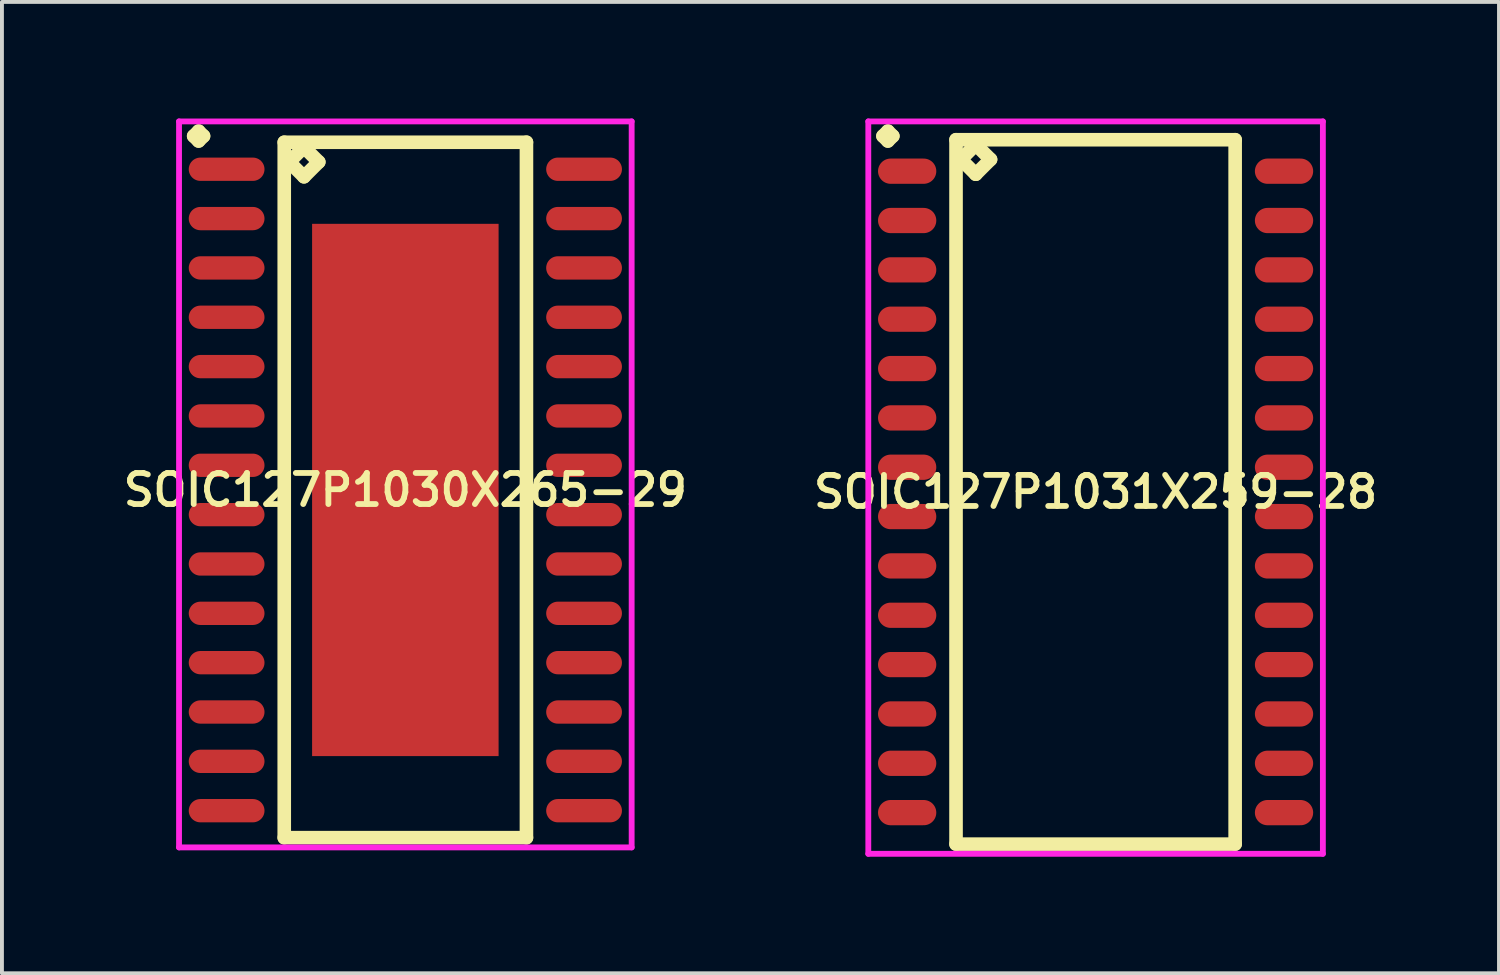
<source format=kicad_pcb>
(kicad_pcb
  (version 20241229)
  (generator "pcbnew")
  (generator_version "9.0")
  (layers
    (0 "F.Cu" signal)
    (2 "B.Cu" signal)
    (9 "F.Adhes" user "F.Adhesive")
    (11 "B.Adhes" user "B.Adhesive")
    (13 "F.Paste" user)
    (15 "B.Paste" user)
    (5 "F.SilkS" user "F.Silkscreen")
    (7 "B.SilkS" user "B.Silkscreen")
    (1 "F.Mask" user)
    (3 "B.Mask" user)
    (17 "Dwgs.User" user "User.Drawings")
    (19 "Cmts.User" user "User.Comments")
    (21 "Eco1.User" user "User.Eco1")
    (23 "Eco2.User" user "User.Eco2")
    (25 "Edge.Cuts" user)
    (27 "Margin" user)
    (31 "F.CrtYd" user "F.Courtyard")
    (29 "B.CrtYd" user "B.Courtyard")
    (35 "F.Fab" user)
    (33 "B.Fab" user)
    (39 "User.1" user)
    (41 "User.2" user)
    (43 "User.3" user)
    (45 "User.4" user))
  (footprint "SOIC127P1030X265-29"
    (layer "F.Cu")
    (at 7.383 9.561)
    (property "Reference" "SOIC127P1030X265-29" (at 0 0 0) (layer "F.SilkS") (effects (font (size 0.8 0.8) (thickness 0.15))))
    (attr smd)
    (fp_line (start -5.448 -9.109) (end -5.321 -9.236) (stroke (width 0.35) (type solid)) (layer "F.SilkS"))
    (fp_line (start -5.321 -9.236) (end -5.194 -9.109) (stroke (width 0.35) (type solid)) (layer "F.SilkS"))
    (fp_line (start -5.321 -8.982) (end -5.448 -9.109) (stroke (width 0.35) (type solid)) (layer "F.SilkS"))
    (fp_line (start -5.194 -9.109) (end -5.321 -8.982) (stroke (width 0.35) (type solid)) (layer "F.SilkS"))
    (fp_line (start -3.117 -8.95) (end -3.117 8.95) (stroke (width 0.35) (type solid)) (layer "F.SilkS"))
    (fp_line (start -3.117 8.95) (end 3.117 8.95) (stroke (width 0.35) (type solid)) (layer "F.SilkS"))
    (fp_line (start -2.99 -8.442) (end -2.609 -8.823) (stroke (width 0.35) (type solid)) (layer "F.SilkS"))
    (fp_line (start -2.609 -8.823) (end -2.228 -8.442) (stroke (width 0.35) (type solid)) (layer "F.SilkS"))
    (fp_line (start -2.609 -8.061) (end -2.99 -8.442) (stroke (width 0.35) (type solid)) (layer "F.SilkS"))
    (fp_line (start -2.228 -8.442) (end -2.609 -8.061) (stroke (width 0.35) (type solid)) (layer "F.SilkS"))
    (fp_line (start 3.117 -8.95) (end -3.117 -8.95) (stroke (width 0.35) (type solid)) (layer "F.SilkS"))
    (fp_line (start 3.117 8.95) (end 3.117 -8.95) (stroke (width 0.35) (type solid)) (layer "F.SilkS"))
    (fp_line (start -5.825 -9.486) (end 5.825 -9.486) (stroke (width 0.15) (type solid)) (layer "F.CrtYd"))
    (fp_line (start -5.825 9.2) (end -5.825 -9.486) (stroke (width 0.15) (type solid)) (layer "F.CrtYd"))
    (fp_line (start 5.825 -9.486) (end 5.825 9.2) (stroke (width 0.15) (type solid)) (layer "F.CrtYd"))
    (fp_line (start 5.825 9.2) (end -5.825 9.2) (stroke (width 0.15) (type solid)) (layer "F.CrtYd"))
    (pad "1" smd oval (at -4.6 -8.255) (size 1.95 0.6) (layers "F.Cu" "F.Mask" "F.Paste"))
    (pad "2" smd oval (at -4.6 -6.985) (size 1.95 0.6) (layers "F.Cu" "F.Mask" "F.Paste"))
    (pad "3" smd oval (at -4.6 -5.715) (size 1.95 0.6) (layers "F.Cu" "F.Mask" "F.Paste"))
    (pad "4" smd oval (at -4.6 -4.445) (size 1.95 0.6) (layers "F.Cu" "F.Mask" "F.Paste"))
    (pad "5" smd oval (at -4.6 -3.175) (size 1.95 0.6) (layers "F.Cu" "F.Mask" "F.Paste"))
    (pad "6" smd oval (at -4.6 -1.905) (size 1.95 0.6) (layers "F.Cu" "F.Mask" "F.Paste"))
    (pad "7" smd oval (at -4.6 -0.635) (size 1.95 0.6) (layers "F.Cu" "F.Mask" "F.Paste"))
    (pad "8" smd oval (at -4.6 0.635) (size 1.95 0.6) (layers "F.Cu" "F.Mask" "F.Paste"))
    (pad "9" smd oval (at -4.6 1.905) (size 1.95 0.6) (layers "F.Cu" "F.Mask" "F.Paste"))
    (pad "10" smd oval (at -4.6 3.175) (size 1.95 0.6) (layers "F.Cu" "F.Mask" "F.Paste"))
    (pad "11" smd oval (at -4.6 4.445) (size 1.95 0.6) (layers "F.Cu" "F.Mask" "F.Paste"))
    (pad "12" smd oval (at -4.6 5.715) (size 1.95 0.6) (layers "F.Cu" "F.Mask" "F.Paste"))
    (pad "13" smd oval (at -4.6 6.985) (size 1.95 0.6) (layers "F.Cu" "F.Mask" "F.Paste"))
    (pad "14" smd oval (at -4.6 8.255) (size 1.95 0.6) (layers "F.Cu" "F.Mask" "F.Paste"))
    (pad "15" smd oval (at 4.6 8.255) (size 1.95 0.6) (layers "F.Cu" "F.Mask" "F.Paste"))
    (pad "16" smd oval (at 4.6 6.985) (size 1.95 0.6) (layers "F.Cu" "F.Mask" "F.Paste"))
    (pad "17" smd oval (at 4.6 5.715) (size 1.95 0.6) (layers "F.Cu" "F.Mask" "F.Paste"))
    (pad "18" smd oval (at 4.6 4.445) (size 1.95 0.6) (layers "F.Cu" "F.Mask" "F.Paste"))
    (pad "19" smd oval (at 4.6 3.175) (size 1.95 0.6) (layers "F.Cu" "F.Mask" "F.Paste"))
    (pad "20" smd oval (at 4.6 1.905) (size 1.95 0.6) (layers "F.Cu" "F.Mask" "F.Paste"))
    (pad "21" smd oval (at 4.6 0.635) (size 1.95 0.6) (layers "F.Cu" "F.Mask" "F.Paste"))
    (pad "22" smd oval (at 4.6 -0.635) (size 1.95 0.6) (layers "F.Cu" "F.Mask" "F.Paste"))
    (pad "23" smd oval (at 4.6 -1.905) (size 1.95 0.6) (layers "F.Cu" "F.Mask" "F.Paste"))
    (pad "24" smd oval (at 4.6 -3.175) (size 1.95 0.6) (layers "F.Cu" "F.Mask" "F.Paste"))
    (pad "25" smd oval (at 4.6 -4.445) (size 1.95 0.6) (layers "F.Cu" "F.Mask" "F.Paste"))
    (pad "26" smd oval (at 4.6 -5.715) (size 1.95 0.6) (layers "F.Cu" "F.Mask" "F.Paste"))
    (pad "27" smd oval (at 4.6 -6.985) (size 1.95 0.6) (layers "F.Cu" "F.Mask" "F.Paste"))
    (pad "28" smd oval (at 4.6 -8.255) (size 1.95 0.6) (layers "F.Cu" "F.Mask" "F.Paste"))
    (pad "29" smd rect (at 0 0) (size 4.8 13.7) (layers "F.Cu" "F.Mask" "F.Paste")))
  (footprint "SOIC127P1031X259-28"
    (layer "F.Cu")
    (at 25.149 9.611)
    (property "Reference" "SOIC127P1031X259-28" (at 0 0 0) (layer "F.SilkS") (effects (font (size 0.8 0.8) (thickness 0.15))))
    (attr smd)
    (fp_line (start -5.473 -9.159) (end -5.346 -9.286) (stroke (width 0.35) (type solid)) (layer "F.SilkS"))
    (fp_line (start -5.346 -9.286) (end -5.219 -9.159) (stroke (width 0.35) (type solid)) (layer "F.SilkS"))
    (fp_line (start -5.346 -9.032) (end -5.473 -9.159) (stroke (width 0.35) (type solid)) (layer "F.SilkS"))
    (fp_line (start -5.219 -9.159) (end -5.346 -9.032) (stroke (width 0.35) (type solid)) (layer "F.SilkS"))
    (fp_line (start -3.592 -9.065) (end -3.592 9.065) (stroke (width 0.35) (type solid)) (layer "F.SilkS"))
    (fp_line (start -3.592 9.065) (end 3.592 9.065) (stroke (width 0.35) (type solid)) (layer "F.SilkS"))
    (fp_line (start -3.465 -8.557) (end -3.084 -8.938) (stroke (width 0.35) (type solid)) (layer "F.SilkS"))
    (fp_line (start -3.084 -8.938) (end -2.703 -8.557) (stroke (width 0.35) (type solid)) (layer "F.SilkS"))
    (fp_line (start -3.084 -8.176) (end -3.465 -8.557) (stroke (width 0.35) (type solid)) (layer "F.SilkS"))
    (fp_line (start -2.703 -8.557) (end -3.084 -8.176) (stroke (width 0.35) (type solid)) (layer "F.SilkS"))
    (fp_line (start 3.592 -9.065) (end -3.592 -9.065) (stroke (width 0.35) (type solid)) (layer "F.SilkS"))
    (fp_line (start 3.592 9.065) (end 3.592 -9.065) (stroke (width 0.35) (type solid)) (layer "F.SilkS"))
    (fp_line (start -5.85 -9.536) (end 5.85 -9.536) (stroke (width 0.15) (type solid)) (layer "F.CrtYd"))
    (fp_line (start -5.85 9.315) (end -5.85 -9.536) (stroke (width 0.15) (type solid)) (layer "F.CrtYd"))
    (fp_line (start 5.85 -9.536) (end 5.85 9.315) (stroke (width 0.15) (type solid)) (layer "F.CrtYd"))
    (fp_line (start 5.85 9.315) (end -5.85 9.315) (stroke (width 0.15) (type solid)) (layer "F.CrtYd"))
    (pad "1" smd oval (at -4.85 -8.255) (size 1.5 0.65) (layers "F.Cu" "F.Mask" "F.Paste"))
    (pad "2" smd oval (at -4.85 -6.985) (size 1.5 0.65) (layers "F.Cu" "F.Mask" "F.Paste"))
    (pad "3" smd oval (at -4.85 -5.715) (size 1.5 0.65) (layers "F.Cu" "F.Mask" "F.Paste"))
    (pad "4" smd oval (at -4.85 -4.445) (size 1.5 0.65) (layers "F.Cu" "F.Mask" "F.Paste"))
    (pad "5" smd oval (at -4.85 -3.175) (size 1.5 0.65) (layers "F.Cu" "F.Mask" "F.Paste"))
    (pad "6" smd oval (at -4.85 -1.905) (size 1.5 0.65) (layers "F.Cu" "F.Mask" "F.Paste"))
    (pad "7" smd oval (at -4.85 -0.635) (size 1.5 0.65) (layers "F.Cu" "F.Mask" "F.Paste"))
    (pad "8" smd oval (at -4.85 0.635) (size 1.5 0.65) (layers "F.Cu" "F.Mask" "F.Paste"))
    (pad "9" smd oval (at -4.85 1.905) (size 1.5 0.65) (layers "F.Cu" "F.Mask" "F.Paste"))
    (pad "10" smd oval (at -4.85 3.175) (size 1.5 0.65) (layers "F.Cu" "F.Mask" "F.Paste"))
    (pad "11" smd oval (at -4.85 4.445) (size 1.5 0.65) (layers "F.Cu" "F.Mask" "F.Paste"))
    (pad "12" smd oval (at -4.85 5.715) (size 1.5 0.65) (layers "F.Cu" "F.Mask" "F.Paste"))
    (pad "13" smd oval (at -4.85 6.985) (size 1.5 0.65) (layers "F.Cu" "F.Mask" "F.Paste"))
    (pad "14" smd oval (at -4.85 8.255) (size 1.5 0.65) (layers "F.Cu" "F.Mask" "F.Paste"))
    (pad "15" smd oval (at 4.85 8.255) (size 1.5 0.65) (layers "F.Cu" "F.Mask" "F.Paste"))
    (pad "16" smd oval (at 4.85 6.985) (size 1.5 0.65) (layers "F.Cu" "F.Mask" "F.Paste"))
    (pad "17" smd oval (at 4.85 5.715) (size 1.5 0.65) (layers "F.Cu" "F.Mask" "F.Paste"))
    (pad "18" smd oval (at 4.85 4.445) (size 1.5 0.65) (layers "F.Cu" "F.Mask" "F.Paste"))
    (pad "19" smd oval (at 4.85 3.175) (size 1.5 0.65) (layers "F.Cu" "F.Mask" "F.Paste"))
    (pad "20" smd oval (at 4.85 1.905) (size 1.5 0.65) (layers "F.Cu" "F.Mask" "F.Paste"))
    (pad "21" smd oval (at 4.85 0.635) (size 1.5 0.65) (layers "F.Cu" "F.Mask" "F.Paste"))
    (pad "22" smd oval (at 4.85 -0.635) (size 1.5 0.65) (layers "F.Cu" "F.Mask" "F.Paste"))
    (pad "23" smd oval (at 4.85 -1.905) (size 1.5 0.65) (layers "F.Cu" "F.Mask" "F.Paste"))
    (pad "24" smd oval (at 4.85 -3.175) (size 1.5 0.65) (layers "F.Cu" "F.Mask" "F.Paste"))
    (pad "25" smd oval (at 4.85 -4.445) (size 1.5 0.65) (layers "F.Cu" "F.Mask" "F.Paste"))
    (pad "26" smd oval (at 4.85 -5.715) (size 1.5 0.65) (layers "F.Cu" "F.Mask" "F.Paste"))
    (pad "27" smd oval (at 4.85 -6.985) (size 1.5 0.65) (layers "F.Cu" "F.Mask" "F.Paste"))
    (pad "28" smd oval (at 4.85 -8.255) (size 1.5 0.65) (layers "F.Cu" "F.Mask" "F.Paste")))
  (gr_rect
    (start -3 -3)
    (end 35.532 22.001)
    (stroke (width 0.1) (type default))
    (fill no)
    (layer "Edge.Cuts")))
</source>
